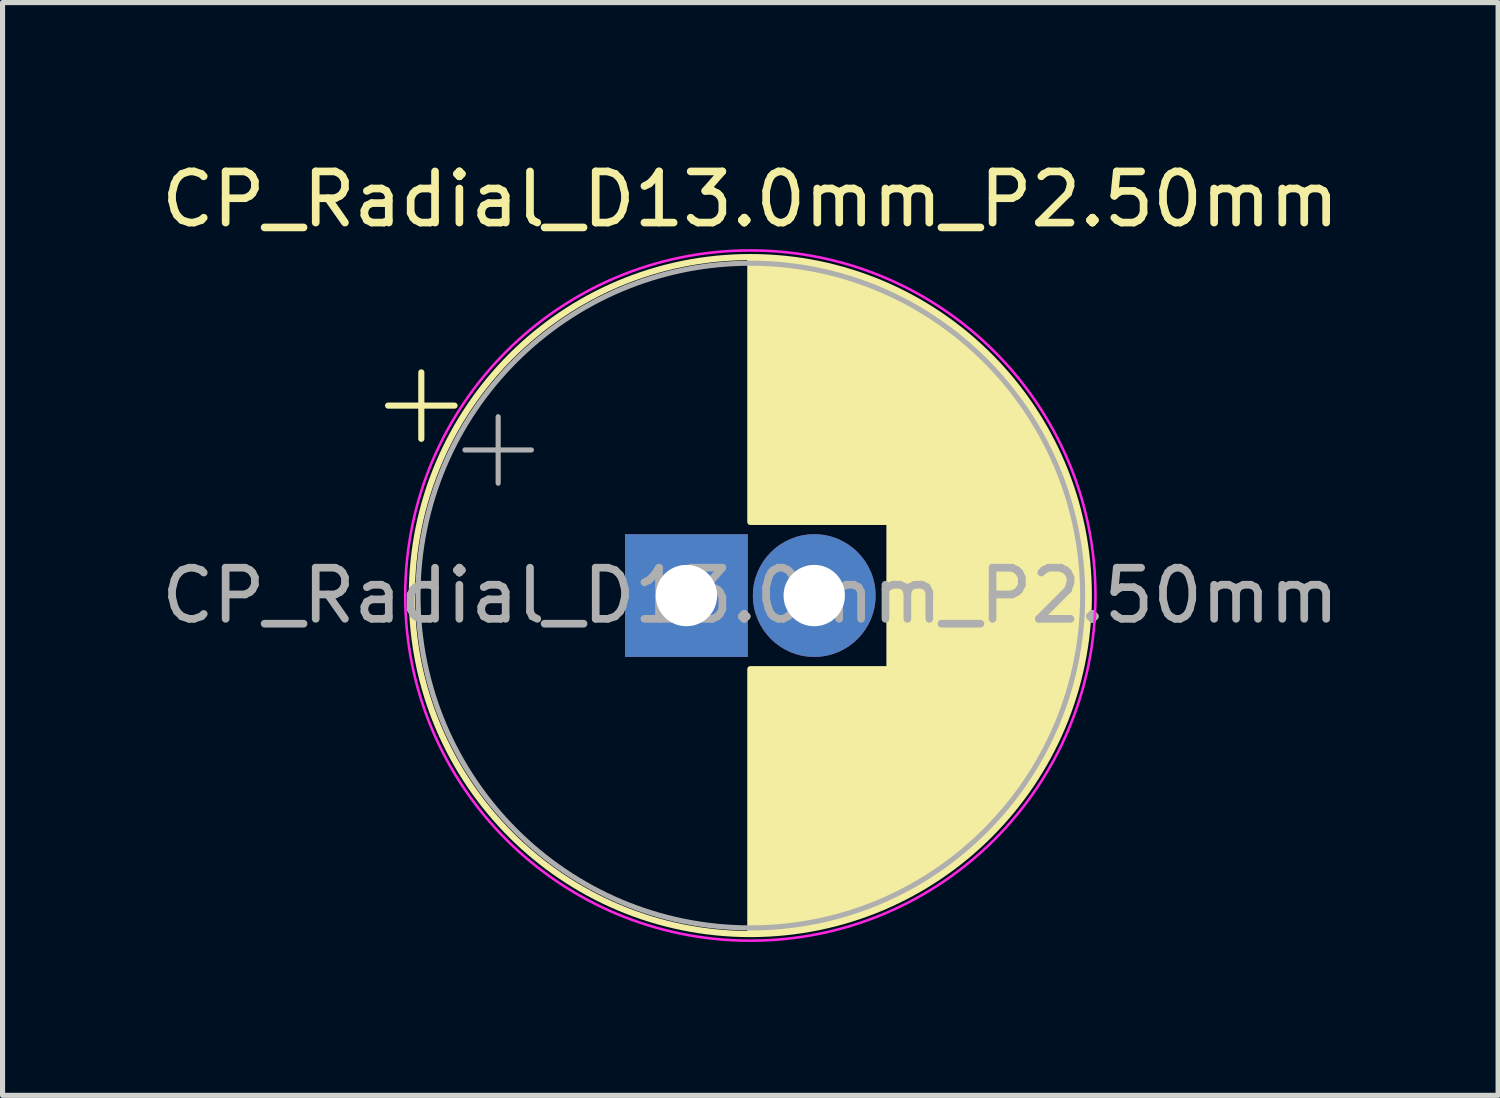
<source format=kicad_pcb>
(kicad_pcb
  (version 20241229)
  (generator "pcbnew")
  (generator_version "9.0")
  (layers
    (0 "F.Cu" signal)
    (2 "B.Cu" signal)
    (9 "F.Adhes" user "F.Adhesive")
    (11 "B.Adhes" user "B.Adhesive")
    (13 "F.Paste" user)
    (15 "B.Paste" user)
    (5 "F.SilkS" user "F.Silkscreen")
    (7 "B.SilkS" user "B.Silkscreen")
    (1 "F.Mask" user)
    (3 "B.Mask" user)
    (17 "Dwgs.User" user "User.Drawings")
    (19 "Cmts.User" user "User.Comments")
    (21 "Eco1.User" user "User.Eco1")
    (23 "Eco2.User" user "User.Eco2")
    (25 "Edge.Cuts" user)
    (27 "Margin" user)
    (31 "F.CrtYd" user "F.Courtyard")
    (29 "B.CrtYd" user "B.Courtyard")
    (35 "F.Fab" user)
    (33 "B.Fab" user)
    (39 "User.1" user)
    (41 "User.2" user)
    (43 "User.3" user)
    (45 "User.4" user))
  (footprint "CP_Radial_D13.0mm_P2.50mm"
    (layer "F.Cu")
    (at 10.375 8.598)
    (property "Reference" "CP_Radial_D13.0mm_P2.50mm" (at 1.25 -7.75 0) (layer "F.SilkS") (effects (font (size 1 1) (thickness 0.15))))
    (attr through_hole)
    (fp_line (start -5.835 -3.715) (end -4.535 -3.715) (stroke (width 0.12) (type solid)) (layer "F.SilkS"))
    (fp_line (start -5.185 -4.365) (end -5.185 -3.065) (stroke (width 0.12) (type solid)) (layer "F.SilkS"))
    (fp_line (start 1.25 -6.58) (end 1.25 -1.44) (stroke (width 0.12) (type solid)) (layer "F.SilkS"))
    (fp_line (start 1.25 1.44) (end 1.25 6.58) (stroke (width 0.12) (type solid)) (layer "F.SilkS"))
    (fp_line (start 1.29 -6.58) (end 1.29 -1.44) (stroke (width 0.12) (type solid)) (layer "F.SilkS"))
    (fp_line (start 1.29 1.44) (end 1.29 6.58) (stroke (width 0.12) (type solid)) (layer "F.SilkS"))
    (fp_line (start 1.33 -6.58) (end 1.33 -1.44) (stroke (width 0.12) (type solid)) (layer "F.SilkS"))
    (fp_line (start 1.33 1.44) (end 1.33 6.58) (stroke (width 0.12) (type solid)) (layer "F.SilkS"))
    (fp_line (start 1.37 -6.579) (end 1.37 -1.44) (stroke (width 0.12) (type solid)) (layer "F.SilkS"))
    (fp_line (start 1.37 1.44) (end 1.37 6.579) (stroke (width 0.12) (type solid)) (layer "F.SilkS"))
    (fp_line (start 1.41 -6.579) (end 1.41 -1.44) (stroke (width 0.12) (type solid)) (layer "F.SilkS"))
    (fp_line (start 1.41 1.44) (end 1.41 6.579) (stroke (width 0.12) (type solid)) (layer "F.SilkS"))
    (fp_line (start 1.45 -6.577) (end 1.45 -1.44) (stroke (width 0.12) (type solid)) (layer "F.SilkS"))
    (fp_line (start 1.45 1.44) (end 1.45 6.577) (stroke (width 0.12) (type solid)) (layer "F.SilkS"))
    (fp_line (start 1.49 -6.576) (end 1.49 -1.44) (stroke (width 0.12) (type solid)) (layer "F.SilkS"))
    (fp_line (start 1.49 1.44) (end 1.49 6.576) (stroke (width 0.12) (type solid)) (layer "F.SilkS"))
    (fp_line (start 1.53 -6.575) (end 1.53 -1.44) (stroke (width 0.12) (type solid)) (layer "F.SilkS"))
    (fp_line (start 1.53 1.44) (end 1.53 6.575) (stroke (width 0.12) (type solid)) (layer "F.SilkS"))
    (fp_line (start 1.57 -6.573) (end 1.57 -1.44) (stroke (width 0.12) (type solid)) (layer "F.SilkS"))
    (fp_line (start 1.57 1.44) (end 1.57 6.573) (stroke (width 0.12) (type solid)) (layer "F.SilkS"))
    (fp_line (start 1.61 -6.571) (end 1.61 -1.44) (stroke (width 0.12) (type solid)) (layer "F.SilkS"))
    (fp_line (start 1.61 1.44) (end 1.61 6.571) (stroke (width 0.12) (type solid)) (layer "F.SilkS"))
    (fp_line (start 1.65 -6.568) (end 1.65 -1.44) (stroke (width 0.12) (type solid)) (layer "F.SilkS"))
    (fp_line (start 1.65 1.44) (end 1.65 6.568) (stroke (width 0.12) (type solid)) (layer "F.SilkS"))
    (fp_line (start 1.69 -6.566) (end 1.69 -1.44) (stroke (width 0.12) (type solid)) (layer "F.SilkS"))
    (fp_line (start 1.69 1.44) (end 1.69 6.566) (stroke (width 0.12) (type solid)) (layer "F.SilkS"))
    (fp_line (start 1.73 -6.563) (end 1.73 -1.44) (stroke (width 0.12) (type solid)) (layer "F.SilkS"))
    (fp_line (start 1.73 1.44) (end 1.73 6.563) (stroke (width 0.12) (type solid)) (layer "F.SilkS"))
    (fp_line (start 1.77 -6.56) (end 1.77 -1.44) (stroke (width 0.12) (type solid)) (layer "F.SilkS"))
    (fp_line (start 1.77 1.44) (end 1.77 6.56) (stroke (width 0.12) (type solid)) (layer "F.SilkS"))
    (fp_line (start 1.81 -6.557) (end 1.81 -1.44) (stroke (width 0.12) (type solid)) (layer "F.SilkS"))
    (fp_line (start 1.81 1.44) (end 1.81 6.557) (stroke (width 0.12) (type solid)) (layer "F.SilkS"))
    (fp_line (start 1.85 -6.553) (end 1.85 -1.44) (stroke (width 0.12) (type solid)) (layer "F.SilkS"))
    (fp_line (start 1.85 1.44) (end 1.85 6.553) (stroke (width 0.12) (type solid)) (layer "F.SilkS"))
    (fp_line (start 1.89 -6.549) (end 1.89 -1.44) (stroke (width 0.12) (type solid)) (layer "F.SilkS"))
    (fp_line (start 1.89 1.44) (end 1.89 6.549) (stroke (width 0.12) (type solid)) (layer "F.SilkS"))
    (fp_line (start 1.93 -6.545) (end 1.93 -1.44) (stroke (width 0.12) (type solid)) (layer "F.SilkS"))
    (fp_line (start 1.93 1.44) (end 1.93 6.545) (stroke (width 0.12) (type solid)) (layer "F.SilkS"))
    (fp_line (start 1.971 -6.541) (end 1.971 -1.44) (stroke (width 0.12) (type solid)) (layer "F.SilkS"))
    (fp_line (start 1.971 1.44) (end 1.971 6.541) (stroke (width 0.12) (type solid)) (layer "F.SilkS"))
    (fp_line (start 2.011 -6.537) (end 2.011 -1.44) (stroke (width 0.12) (type solid)) (layer "F.SilkS"))
    (fp_line (start 2.011 1.44) (end 2.011 6.537) (stroke (width 0.12) (type solid)) (layer "F.SilkS"))
    (fp_line (start 2.051 -6.532) (end 2.051 -1.44) (stroke (width 0.12) (type solid)) (layer "F.SilkS"))
    (fp_line (start 2.051 1.44) (end 2.051 6.532) (stroke (width 0.12) (type solid)) (layer "F.SilkS"))
    (fp_line (start 2.091 -6.527) (end 2.091 -1.44) (stroke (width 0.12) (type solid)) (layer "F.SilkS"))
    (fp_line (start 2.091 1.44) (end 2.091 6.527) (stroke (width 0.12) (type solid)) (layer "F.SilkS"))
    (fp_line (start 2.131 -6.522) (end 2.131 -1.44) (stroke (width 0.12) (type solid)) (layer "F.SilkS"))
    (fp_line (start 2.131 1.44) (end 2.131 6.522) (stroke (width 0.12) (type solid)) (layer "F.SilkS"))
    (fp_line (start 2.171 -6.516) (end 2.171 -1.44) (stroke (width 0.12) (type solid)) (layer "F.SilkS"))
    (fp_line (start 2.171 1.44) (end 2.171 6.516) (stroke (width 0.12) (type solid)) (layer "F.SilkS"))
    (fp_line (start 2.211 -6.511) (end 2.211 -1.44) (stroke (width 0.12) (type solid)) (layer "F.SilkS"))
    (fp_line (start 2.211 1.44) (end 2.211 6.511) (stroke (width 0.12) (type solid)) (layer "F.SilkS"))
    (fp_line (start 2.251 -6.505) (end 2.251 -1.44) (stroke (width 0.12) (type solid)) (layer "F.SilkS"))
    (fp_line (start 2.251 1.44) (end 2.251 6.505) (stroke (width 0.12) (type solid)) (layer "F.SilkS"))
    (fp_line (start 2.291 -6.498) (end 2.291 -1.44) (stroke (width 0.12) (type solid)) (layer "F.SilkS"))
    (fp_line (start 2.291 1.44) (end 2.291 6.498) (stroke (width 0.12) (type solid)) (layer "F.SilkS"))
    (fp_line (start 2.331 -6.492) (end 2.331 -1.44) (stroke (width 0.12) (type solid)) (layer "F.SilkS"))
    (fp_line (start 2.331 1.44) (end 2.331 6.492) (stroke (width 0.12) (type solid)) (layer "F.SilkS"))
    (fp_line (start 2.371 -6.485) (end 2.371 -1.44) (stroke (width 0.12) (type solid)) (layer "F.SilkS"))
    (fp_line (start 2.371 1.44) (end 2.371 6.485) (stroke (width 0.12) (type solid)) (layer "F.SilkS"))
    (fp_line (start 2.411 -6.478) (end 2.411 -1.44) (stroke (width 0.12) (type solid)) (layer "F.SilkS"))
    (fp_line (start 2.411 1.44) (end 2.411 6.478) (stroke (width 0.12) (type solid)) (layer "F.SilkS"))
    (fp_line (start 2.451 -6.471) (end 2.451 -1.44) (stroke (width 0.12) (type solid)) (layer "F.SilkS"))
    (fp_line (start 2.451 1.44) (end 2.451 6.471) (stroke (width 0.12) (type solid)) (layer "F.SilkS"))
    (fp_line (start 2.491 -6.463) (end 2.491 -1.44) (stroke (width 0.12) (type solid)) (layer "F.SilkS"))
    (fp_line (start 2.491 1.44) (end 2.491 6.463) (stroke (width 0.12) (type solid)) (layer "F.SilkS"))
    (fp_line (start 2.531 -6.456) (end 2.531 -1.44) (stroke (width 0.12) (type solid)) (layer "F.SilkS"))
    (fp_line (start 2.531 1.44) (end 2.531 6.456) (stroke (width 0.12) (type solid)) (layer "F.SilkS"))
    (fp_line (start 2.571 -6.448) (end 2.571 -1.44) (stroke (width 0.12) (type solid)) (layer "F.SilkS"))
    (fp_line (start 2.571 1.44) (end 2.571 6.448) (stroke (width 0.12) (type solid)) (layer "F.SilkS"))
    (fp_line (start 2.611 -6.439) (end 2.611 -1.44) (stroke (width 0.12) (type solid)) (layer "F.SilkS"))
    (fp_line (start 2.611 1.44) (end 2.611 6.439) (stroke (width 0.12) (type solid)) (layer "F.SilkS"))
    (fp_line (start 2.651 -6.431) (end 2.651 -1.44) (stroke (width 0.12) (type solid)) (layer "F.SilkS"))
    (fp_line (start 2.651 1.44) (end 2.651 6.431) (stroke (width 0.12) (type solid)) (layer "F.SilkS"))
    (fp_line (start 2.691 -6.422) (end 2.691 -1.44) (stroke (width 0.12) (type solid)) (layer "F.SilkS"))
    (fp_line (start 2.691 1.44) (end 2.691 6.422) (stroke (width 0.12) (type solid)) (layer "F.SilkS"))
    (fp_line (start 2.731 -6.413) (end 2.731 -1.44) (stroke (width 0.12) (type solid)) (layer "F.SilkS"))
    (fp_line (start 2.731 1.44) (end 2.731 6.413) (stroke (width 0.12) (type solid)) (layer "F.SilkS"))
    (fp_line (start 2.771 -6.404) (end 2.771 -1.44) (stroke (width 0.12) (type solid)) (layer "F.SilkS"))
    (fp_line (start 2.771 1.44) (end 2.771 6.404) (stroke (width 0.12) (type solid)) (layer "F.SilkS"))
    (fp_line (start 2.811 -6.394) (end 2.811 -1.44) (stroke (width 0.12) (type solid)) (layer "F.SilkS"))
    (fp_line (start 2.811 1.44) (end 2.811 6.394) (stroke (width 0.12) (type solid)) (layer "F.SilkS"))
    (fp_line (start 2.851 -6.384) (end 2.851 -1.44) (stroke (width 0.12) (type solid)) (layer "F.SilkS"))
    (fp_line (start 2.851 1.44) (end 2.851 6.384) (stroke (width 0.12) (type solid)) (layer "F.SilkS"))
    (fp_line (start 2.891 -6.374) (end 2.891 -1.44) (stroke (width 0.12) (type solid)) (layer "F.SilkS"))
    (fp_line (start 2.891 1.44) (end 2.891 6.374) (stroke (width 0.12) (type solid)) (layer "F.SilkS"))
    (fp_line (start 2.931 -6.364) (end 2.931 -1.44) (stroke (width 0.12) (type solid)) (layer "F.SilkS"))
    (fp_line (start 2.931 1.44) (end 2.931 6.364) (stroke (width 0.12) (type solid)) (layer "F.SilkS"))
    (fp_line (start 2.971 -6.353) (end 2.971 -1.44) (stroke (width 0.12) (type solid)) (layer "F.SilkS"))
    (fp_line (start 2.971 1.44) (end 2.971 6.353) (stroke (width 0.12) (type solid)) (layer "F.SilkS"))
    (fp_line (start 3.011 -6.342) (end 3.011 -1.44) (stroke (width 0.12) (type solid)) (layer "F.SilkS"))
    (fp_line (start 3.011 1.44) (end 3.011 6.342) (stroke (width 0.12) (type solid)) (layer "F.SilkS"))
    (fp_line (start 3.051 -6.331) (end 3.051 -1.44) (stroke (width 0.12) (type solid)) (layer "F.SilkS"))
    (fp_line (start 3.051 1.44) (end 3.051 6.331) (stroke (width 0.12) (type solid)) (layer "F.SilkS"))
    (fp_line (start 3.091 -6.32) (end 3.091 -1.44) (stroke (width 0.12) (type solid)) (layer "F.SilkS"))
    (fp_line (start 3.091 1.44) (end 3.091 6.32) (stroke (width 0.12) (type solid)) (layer "F.SilkS"))
    (fp_line (start 3.131 -6.308) (end 3.131 -1.44) (stroke (width 0.12) (type solid)) (layer "F.SilkS"))
    (fp_line (start 3.131 1.44) (end 3.131 6.308) (stroke (width 0.12) (type solid)) (layer "F.SilkS"))
    (fp_line (start 3.171 -6.296) (end 3.171 -1.44) (stroke (width 0.12) (type solid)) (layer "F.SilkS"))
    (fp_line (start 3.171 1.44) (end 3.171 6.296) (stroke (width 0.12) (type solid)) (layer "F.SilkS"))
    (fp_line (start 3.211 -6.284) (end 3.211 -1.44) (stroke (width 0.12) (type solid)) (layer "F.SilkS"))
    (fp_line (start 3.211 1.44) (end 3.211 6.284) (stroke (width 0.12) (type solid)) (layer "F.SilkS"))
    (fp_line (start 3.251 -6.271) (end 3.251 -1.44) (stroke (width 0.12) (type solid)) (layer "F.SilkS"))
    (fp_line (start 3.251 1.44) (end 3.251 6.271) (stroke (width 0.12) (type solid)) (layer "F.SilkS"))
    (fp_line (start 3.291 -6.258) (end 3.291 -1.44) (stroke (width 0.12) (type solid)) (layer "F.SilkS"))
    (fp_line (start 3.291 1.44) (end 3.291 6.258) (stroke (width 0.12) (type solid)) (layer "F.SilkS"))
    (fp_line (start 3.331 -6.245) (end 3.331 -1.44) (stroke (width 0.12) (type solid)) (layer "F.SilkS"))
    (fp_line (start 3.331 1.44) (end 3.331 6.245) (stroke (width 0.12) (type solid)) (layer "F.SilkS"))
    (fp_line (start 3.371 -6.232) (end 3.371 -1.44) (stroke (width 0.12) (type solid)) (layer "F.SilkS"))
    (fp_line (start 3.371 1.44) (end 3.371 6.232) (stroke (width 0.12) (type solid)) (layer "F.SilkS"))
    (fp_line (start 3.411 -6.218) (end 3.411 -1.44) (stroke (width 0.12) (type solid)) (layer "F.SilkS"))
    (fp_line (start 3.411 1.44) (end 3.411 6.218) (stroke (width 0.12) (type solid)) (layer "F.SilkS"))
    (fp_line (start 3.451 -6.204) (end 3.451 -1.44) (stroke (width 0.12) (type solid)) (layer "F.SilkS"))
    (fp_line (start 3.451 1.44) (end 3.451 6.204) (stroke (width 0.12) (type solid)) (layer "F.SilkS"))
    (fp_line (start 3.491 -6.19) (end 3.491 -1.44) (stroke (width 0.12) (type solid)) (layer "F.SilkS"))
    (fp_line (start 3.491 1.44) (end 3.491 6.19) (stroke (width 0.12) (type solid)) (layer "F.SilkS"))
    (fp_line (start 3.531 -6.175) (end 3.531 -1.44) (stroke (width 0.12) (type solid)) (layer "F.SilkS"))
    (fp_line (start 3.531 1.44) (end 3.531 6.175) (stroke (width 0.12) (type solid)) (layer "F.SilkS"))
    (fp_line (start 3.571 -6.161) (end 3.571 -1.44) (stroke (width 0.12) (type solid)) (layer "F.SilkS"))
    (fp_line (start 3.571 1.44) (end 3.571 6.161) (stroke (width 0.12) (type solid)) (layer "F.SilkS"))
    (fp_line (start 3.611 -6.146) (end 3.611 -1.44) (stroke (width 0.12) (type solid)) (layer "F.SilkS"))
    (fp_line (start 3.611 1.44) (end 3.611 6.146) (stroke (width 0.12) (type solid)) (layer "F.SilkS"))
    (fp_line (start 3.651 -6.13) (end 3.651 -1.44) (stroke (width 0.12) (type solid)) (layer "F.SilkS"))
    (fp_line (start 3.651 1.44) (end 3.651 6.13) (stroke (width 0.12) (type solid)) (layer "F.SilkS"))
    (fp_line (start 3.691 -6.114) (end 3.691 -1.44) (stroke (width 0.12) (type solid)) (layer "F.SilkS"))
    (fp_line (start 3.691 1.44) (end 3.691 6.114) (stroke (width 0.12) (type solid)) (layer "F.SilkS"))
    (fp_line (start 3.731 -6.098) (end 3.731 -1.44) (stroke (width 0.12) (type solid)) (layer "F.SilkS"))
    (fp_line (start 3.731 1.44) (end 3.731 6.098) (stroke (width 0.12) (type solid)) (layer "F.SilkS"))
    (fp_line (start 3.771 -6.082) (end 3.771 -1.44) (stroke (width 0.12) (type solid)) (layer "F.SilkS"))
    (fp_line (start 3.771 1.44) (end 3.771 6.082) (stroke (width 0.12) (type solid)) (layer "F.SilkS"))
    (fp_line (start 3.811 -6.065) (end 3.811 -1.44) (stroke (width 0.12) (type solid)) (layer "F.SilkS"))
    (fp_line (start 3.811 1.44) (end 3.811 6.065) (stroke (width 0.12) (type solid)) (layer "F.SilkS"))
    (fp_line (start 3.851 -6.049) (end 3.851 -1.44) (stroke (width 0.12) (type solid)) (layer "F.SilkS"))
    (fp_line (start 3.851 1.44) (end 3.851 6.049) (stroke (width 0.12) (type solid)) (layer "F.SilkS"))
    (fp_line (start 3.891 -6.031) (end 3.891 -1.44) (stroke (width 0.12) (type solid)) (layer "F.SilkS"))
    (fp_line (start 3.891 1.44) (end 3.891 6.031) (stroke (width 0.12) (type solid)) (layer "F.SilkS"))
    (fp_line (start 3.931 -6.014) (end 3.931 -1.44) (stroke (width 0.12) (type solid)) (layer "F.SilkS"))
    (fp_line (start 3.931 1.44) (end 3.931 6.014) (stroke (width 0.12) (type solid)) (layer "F.SilkS"))
    (fp_line (start 3.971 -5.996) (end 3.971 5.996) (stroke (width 0.12) (type solid)) (layer "F.SilkS"))
    (fp_line (start 4.011 -5.978) (end 4.011 5.978) (stroke (width 0.12) (type solid)) (layer "F.SilkS"))
    (fp_line (start 4.051 -5.959) (end 4.051 5.959) (stroke (width 0.12) (type solid)) (layer "F.SilkS"))
    (fp_line (start 4.091 -5.94) (end 4.091 5.94) (stroke (width 0.12) (type solid)) (layer "F.SilkS"))
    (fp_line (start 4.131 -5.921) (end 4.131 5.921) (stroke (width 0.12) (type solid)) (layer "F.SilkS"))
    (fp_line (start 4.171 -5.902) (end 4.171 5.902) (stroke (width 0.12) (type solid)) (layer "F.SilkS"))
    (fp_line (start 4.211 -5.882) (end 4.211 5.882) (stroke (width 0.12) (type solid)) (layer "F.SilkS"))
    (fp_line (start 4.251 -5.862) (end 4.251 5.862) (stroke (width 0.12) (type solid)) (layer "F.SilkS"))
    (fp_line (start 4.291 -5.841) (end 4.291 5.841) (stroke (width 0.12) (type solid)) (layer "F.SilkS"))
    (fp_line (start 4.331 -5.82) (end 4.331 5.82) (stroke (width 0.12) (type solid)) (layer "F.SilkS"))
    (fp_line (start 4.371 -5.799) (end 4.371 5.799) (stroke (width 0.12) (type solid)) (layer "F.SilkS"))
    (fp_line (start 4.411 -5.778) (end 4.411 5.778) (stroke (width 0.12) (type solid)) (layer "F.SilkS"))
    (fp_line (start 4.451 -5.756) (end 4.451 5.756) (stroke (width 0.12) (type solid)) (layer "F.SilkS"))
    (fp_line (start 4.491 -5.733) (end 4.491 5.733) (stroke (width 0.12) (type solid)) (layer "F.SilkS"))
    (fp_line (start 4.531 -5.711) (end 4.531 5.711) (stroke (width 0.12) (type solid)) (layer "F.SilkS"))
    (fp_line (start 4.571 -5.688) (end 4.571 5.688) (stroke (width 0.12) (type solid)) (layer "F.SilkS"))
    (fp_line (start 4.611 -5.664) (end 4.611 5.664) (stroke (width 0.12) (type solid)) (layer "F.SilkS"))
    (fp_line (start 4.651 -5.641) (end 4.651 5.641) (stroke (width 0.12) (type solid)) (layer "F.SilkS"))
    (fp_line (start 4.691 -5.617) (end 4.691 5.617) (stroke (width 0.12) (type solid)) (layer "F.SilkS"))
    (fp_line (start 4.731 -5.592) (end 4.731 5.592) (stroke (width 0.12) (type solid)) (layer "F.SilkS"))
    (fp_line (start 4.771 -5.567) (end 4.771 5.567) (stroke (width 0.12) (type solid)) (layer "F.SilkS"))
    (fp_line (start 4.811 -5.542) (end 4.811 5.542) (stroke (width 0.12) (type solid)) (layer "F.SilkS"))
    (fp_line (start 4.851 -5.516) (end 4.851 5.516) (stroke (width 0.12) (type solid)) (layer "F.SilkS"))
    (fp_line (start 4.891 -5.49) (end 4.891 5.49) (stroke (width 0.12) (type solid)) (layer "F.SilkS"))
    (fp_line (start 4.931 -5.463) (end 4.931 5.463) (stroke (width 0.12) (type solid)) (layer "F.SilkS"))
    (fp_line (start 4.971 -5.436) (end 4.971 5.436) (stroke (width 0.12) (type solid)) (layer "F.SilkS"))
    (fp_line (start 5.011 -5.409) (end 5.011 5.409) (stroke (width 0.12) (type solid)) (layer "F.SilkS"))
    (fp_line (start 5.051 -5.381) (end 5.051 5.381) (stroke (width 0.12) (type solid)) (layer "F.SilkS"))
    (fp_line (start 5.091 -5.353) (end 5.091 5.353) (stroke (width 0.12) (type solid)) (layer "F.SilkS"))
    (fp_line (start 5.131 -5.324) (end 5.131 5.324) (stroke (width 0.12) (type solid)) (layer "F.SilkS"))
    (fp_line (start 5.171 -5.295) (end 5.171 5.295) (stroke (width 0.12) (type solid)) (layer "F.SilkS"))
    (fp_line (start 5.211 -5.265) (end 5.211 5.265) (stroke (width 0.12) (type solid)) (layer "F.SilkS"))
    (fp_line (start 5.251 -5.235) (end 5.251 5.235) (stroke (width 0.12) (type solid)) (layer "F.SilkS"))
    (fp_line (start 5.291 -5.205) (end 5.291 5.205) (stroke (width 0.12) (type solid)) (layer "F.SilkS"))
    (fp_line (start 5.331 -5.174) (end 5.331 5.174) (stroke (width 0.12) (type solid)) (layer "F.SilkS"))
    (fp_line (start 5.371 -5.142) (end 5.371 5.142) (stroke (width 0.12) (type solid)) (layer "F.SilkS"))
    (fp_line (start 5.411 -5.11) (end 5.411 5.11) (stroke (width 0.12) (type solid)) (layer "F.SilkS"))
    (fp_line (start 5.451 -5.078) (end 5.451 5.078) (stroke (width 0.12) (type solid)) (layer "F.SilkS"))
    (fp_line (start 5.491 -5.044) (end 5.491 5.044) (stroke (width 0.12) (type solid)) (layer "F.SilkS"))
    (fp_line (start 5.531 -5.011) (end 5.531 5.011) (stroke (width 0.12) (type solid)) (layer "F.SilkS"))
    (fp_line (start 5.571 -4.977) (end 5.571 4.977) (stroke (width 0.12) (type solid)) (layer "F.SilkS"))
    (fp_line (start 5.611 -4.942) (end 5.611 4.942) (stroke (width 0.12) (type solid)) (layer "F.SilkS"))
    (fp_line (start 5.651 -4.907) (end 5.651 4.907) (stroke (width 0.12) (type solid)) (layer "F.SilkS"))
    (fp_line (start 5.691 -4.871) (end 5.691 4.871) (stroke (width 0.12) (type solid)) (layer "F.SilkS"))
    (fp_line (start 5.731 -4.834) (end 5.731 4.834) (stroke (width 0.12) (type solid)) (layer "F.SilkS"))
    (fp_line (start 5.771 -4.797) (end 5.771 4.797) (stroke (width 0.12) (type solid)) (layer "F.SilkS"))
    (fp_line (start 5.811 -4.76) (end 5.811 4.76) (stroke (width 0.12) (type solid)) (layer "F.SilkS"))
    (fp_line (start 5.851 -4.721) (end 5.851 4.721) (stroke (width 0.12) (type solid)) (layer "F.SilkS"))
    (fp_line (start 5.891 -4.682) (end 5.891 4.682) (stroke (width 0.12) (type solid)) (layer "F.SilkS"))
    (fp_line (start 5.931 -4.643) (end 5.931 4.643) (stroke (width 0.12) (type solid)) (layer "F.SilkS"))
    (fp_line (start 5.971 -4.602) (end 5.971 4.602) (stroke (width 0.12) (type solid)) (layer "F.SilkS"))
    (fp_line (start 6.011 -4.561) (end 6.011 4.561) (stroke (width 0.12) (type solid)) (layer "F.SilkS"))
    (fp_line (start 6.051 -4.519) (end 6.051 4.519) (stroke (width 0.12) (type solid)) (layer "F.SilkS"))
    (fp_line (start 6.091 -4.477) (end 6.091 4.477) (stroke (width 0.12) (type solid)) (layer "F.SilkS"))
    (fp_line (start 6.131 -4.434) (end 6.131 4.434) (stroke (width 0.12) (type solid)) (layer "F.SilkS"))
    (fp_line (start 6.171 -4.39) (end 6.171 4.39) (stroke (width 0.12) (type solid)) (layer "F.SilkS"))
    (fp_line (start 6.211 -4.345) (end 6.211 4.345) (stroke (width 0.12) (type solid)) (layer "F.SilkS"))
    (fp_line (start 6.251 -4.299) (end 6.251 4.299) (stroke (width 0.12) (type solid)) (layer "F.SilkS"))
    (fp_line (start 6.291 -4.253) (end 6.291 4.253) (stroke (width 0.12) (type solid)) (layer "F.SilkS"))
    (fp_line (start 6.331 -4.205) (end 6.331 4.205) (stroke (width 0.12) (type solid)) (layer "F.SilkS"))
    (fp_line (start 6.371 -4.157) (end 6.371 4.157) (stroke (width 0.12) (type solid)) (layer "F.SilkS"))
    (fp_line (start 6.411 -4.108) (end 6.411 4.108) (stroke (width 0.12) (type solid)) (layer "F.SilkS"))
    (fp_line (start 6.451 -4.057) (end 6.451 4.057) (stroke (width 0.12) (type solid)) (layer "F.SilkS"))
    (fp_line (start 6.491 -4.006) (end 6.491 4.006) (stroke (width 0.12) (type solid)) (layer "F.SilkS"))
    (fp_line (start 6.531 -3.954) (end 6.531 3.954) (stroke (width 0.12) (type solid)) (layer "F.SilkS"))
    (fp_line (start 6.571 -3.9) (end 6.571 3.9) (stroke (width 0.12) (type solid)) (layer "F.SilkS"))
    (fp_line (start 6.611 -3.846) (end 6.611 3.846) (stroke (width 0.12) (type solid)) (layer "F.SilkS"))
    (fp_line (start 6.651 -3.79) (end 6.651 3.79) (stroke (width 0.12) (type solid)) (layer "F.SilkS"))
    (fp_line (start 6.691 -3.733) (end 6.691 3.733) (stroke (width 0.12) (type solid)) (layer "F.SilkS"))
    (fp_line (start 6.731 -3.675) (end 6.731 3.675) (stroke (width 0.12) (type solid)) (layer "F.SilkS"))
    (fp_line (start 6.771 -3.615) (end 6.771 3.615) (stroke (width 0.12) (type solid)) (layer "F.SilkS"))
    (fp_line (start 6.811 -3.554) (end 6.811 3.554) (stroke (width 0.12) (type solid)) (layer "F.SilkS"))
    (fp_line (start 6.851 -3.491) (end 6.851 3.491) (stroke (width 0.12) (type solid)) (layer "F.SilkS"))
    (fp_line (start 6.891 -3.427) (end 6.891 3.427) (stroke (width 0.12) (type solid)) (layer "F.SilkS"))
    (fp_line (start 6.931 -3.361) (end 6.931 3.361) (stroke (width 0.12) (type solid)) (layer "F.SilkS"))
    (fp_line (start 6.971 -3.293) (end 6.971 3.293) (stroke (width 0.12) (type solid)) (layer "F.SilkS"))
    (fp_line (start 7.011 -3.223) (end 7.011 3.223) (stroke (width 0.12) (type solid)) (layer "F.SilkS"))
    (fp_line (start 7.051 -3.152) (end 7.051 3.152) (stroke (width 0.12) (type solid)) (layer "F.SilkS"))
    (fp_line (start 7.091 -3.078) (end 7.091 3.078) (stroke (width 0.12) (type solid)) (layer "F.SilkS"))
    (fp_line (start 7.131 -3.002) (end 7.131 3.002) (stroke (width 0.12) (type solid)) (layer "F.SilkS"))
    (fp_line (start 7.171 -2.923) (end 7.171 2.923) (stroke (width 0.12) (type solid)) (layer "F.SilkS"))
    (fp_line (start 7.211 -2.842) (end 7.211 2.842) (stroke (width 0.12) (type solid)) (layer "F.SilkS"))
    (fp_line (start 7.251 -2.758) (end 7.251 2.758) (stroke (width 0.12) (type solid)) (layer "F.SilkS"))
    (fp_line (start 7.291 -2.67) (end 7.291 2.67) (stroke (width 0.12) (type solid)) (layer "F.SilkS"))
    (fp_line (start 7.331 -2.579) (end 7.331 2.579) (stroke (width 0.12) (type solid)) (layer "F.SilkS"))
    (fp_line (start 7.371 -2.484) (end 7.371 2.484) (stroke (width 0.12) (type solid)) (layer "F.SilkS"))
    (fp_line (start 7.411 -2.385) (end 7.411 2.385) (stroke (width 0.12) (type solid)) (layer "F.SilkS"))
    (fp_line (start 7.451 -2.281) (end 7.451 2.281) (stroke (width 0.12) (type solid)) (layer "F.SilkS"))
    (fp_line (start 7.491 -2.171) (end 7.491 2.171) (stroke (width 0.12) (type solid)) (layer "F.SilkS"))
    (fp_line (start 7.531 -2.055) (end 7.531 2.055) (stroke (width 0.12) (type solid)) (layer "F.SilkS"))
    (fp_line (start 7.571 -1.931) (end 7.571 1.931) (stroke (width 0.12) (type solid)) (layer "F.SilkS"))
    (fp_line (start 7.611 -1.798) (end 7.611 1.798) (stroke (width 0.12) (type solid)) (layer "F.SilkS"))
    (fp_line (start 7.651 -1.653) (end 7.651 1.653) (stroke (width 0.12) (type solid)) (layer "F.SilkS"))
    (fp_line (start 7.691 -1.494) (end 7.691 1.494) (stroke (width 0.12) (type solid)) (layer "F.SilkS"))
    (fp_line (start 7.731 -1.315) (end 7.731 1.315) (stroke (width 0.12) (type solid)) (layer "F.SilkS"))
    (fp_line (start 7.771 -1.107) (end 7.771 1.107) (stroke (width 0.12) (type solid)) (layer "F.SilkS"))
    (fp_line (start 7.811 -0.85) (end 7.811 0.85) (stroke (width 0.12) (type solid)) (layer "F.SilkS"))
    (fp_line (start 7.851 -0.475) (end 7.851 0.475) (stroke (width 0.12) (type solid)) (layer "F.SilkS"))
    (fp_circle (center 1.25 0) (end 7.87 0) (stroke (width 0.12) (type solid)) (fill no) (layer "F.SilkS"))
    (fp_circle (center 1.25 0) (end 8 0) (stroke (width 0.05) (type solid)) (fill no) (layer "F.CrtYd"))
    (fp_line (start -4.332 -2.848) (end -3.032 -2.848) (stroke (width 0.1) (type solid)) (layer "F.Fab"))
    (fp_line (start -3.682 -3.498) (end -3.682 -2.197) (stroke (width 0.1) (type solid)) (layer "F.Fab"))
    (fp_circle (center 1.25 0) (end 7.75 0) (stroke (width 0.1) (type solid)) (fill no) (layer "F.Fab"))
    (fp_text user "${REFERENCE}" (at 1.25 0 0) (layer "F.Fab") (effects (font (size 1 1) (thickness 0.15))))
    (pad "1" thru_hole rect (at 0 0) (size 2.4 2.4) (drill 1.2) (layers "*.Cu" "*.Mask"))
    (pad "2" thru_hole circle (at 2.5 0) (size 2.4 2.4) (drill 1.2) (layers "*.Cu" "*.Mask")))
  (gr_rect
    (start -3 -3)
    (end 26.25 18.373)
    (stroke (width 0.1) (type default))
    (fill no)
    (layer "Edge.Cuts")))
</source>
